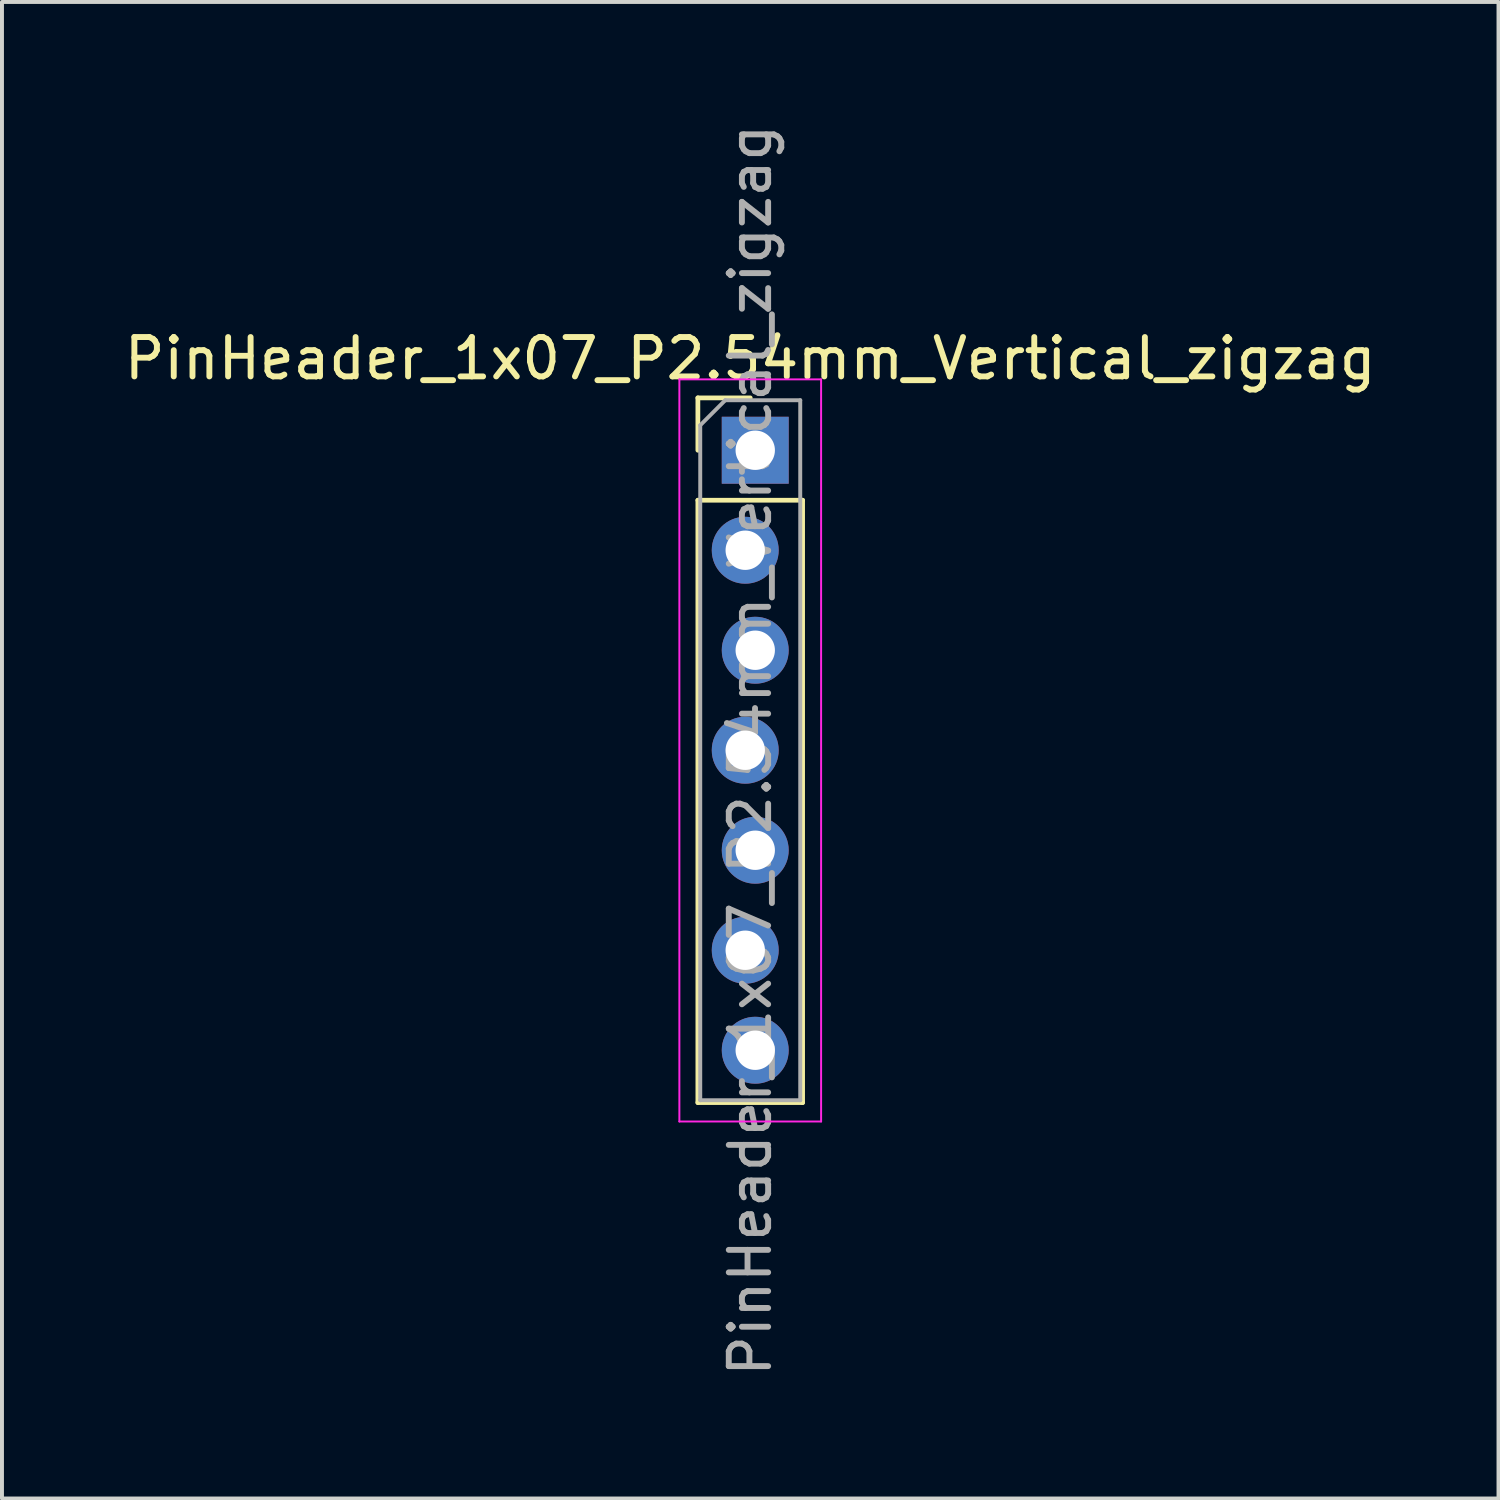
<source format=kicad_pcb>
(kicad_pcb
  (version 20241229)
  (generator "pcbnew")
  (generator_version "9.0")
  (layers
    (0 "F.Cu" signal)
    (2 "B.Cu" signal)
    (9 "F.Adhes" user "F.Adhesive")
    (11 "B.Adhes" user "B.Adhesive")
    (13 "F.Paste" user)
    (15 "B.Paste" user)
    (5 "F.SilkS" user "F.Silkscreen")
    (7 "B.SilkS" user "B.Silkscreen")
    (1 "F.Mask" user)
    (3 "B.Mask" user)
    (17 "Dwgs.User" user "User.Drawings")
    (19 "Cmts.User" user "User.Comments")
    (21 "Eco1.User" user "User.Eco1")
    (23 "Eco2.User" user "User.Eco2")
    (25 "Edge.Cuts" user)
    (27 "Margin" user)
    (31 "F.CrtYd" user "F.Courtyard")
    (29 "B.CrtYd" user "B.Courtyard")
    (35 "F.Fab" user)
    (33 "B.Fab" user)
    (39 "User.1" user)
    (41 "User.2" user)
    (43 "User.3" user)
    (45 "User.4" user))
  (footprint "PinHeader_1x07_P2.54mm_Vertical_zigzag"
    (layer "F.Cu")
    (at 16.006 8.386)
    (property "Reference" "PinHeader_1x07_P2.54mm_Vertical_zigzag" (at 0 -2.33 0) (layer "F.SilkS") (effects (font (size 1 1) (thickness 0.15))))
    (attr through_hole)
    (fp_line (start -1.33 -1.33) (end 0 -1.33) (stroke (width 0.12) (type solid)) (layer "F.SilkS"))
    (fp_line (start -1.33 0) (end -1.33 -1.33) (stroke (width 0.12) (type solid)) (layer "F.SilkS"))
    (fp_line (start -1.33 1.27) (end -1.33 16.57) (stroke (width 0.12) (type solid)) (layer "F.SilkS"))
    (fp_line (start -1.33 1.27) (end 1.33 1.27) (stroke (width 0.12) (type solid)) (layer "F.SilkS"))
    (fp_line (start -1.33 16.57) (end 1.33 16.57) (stroke (width 0.12) (type solid)) (layer "F.SilkS"))
    (fp_line (start 1.33 1.27) (end 1.33 16.57) (stroke (width 0.12) (type solid)) (layer "F.SilkS"))
    (fp_line (start -1.8 -1.8) (end -1.8 17.05) (stroke (width 0.05) (type solid)) (layer "F.CrtYd"))
    (fp_line (start -1.8 17.05) (end 1.8 17.05) (stroke (width 0.05) (type solid)) (layer "F.CrtYd"))
    (fp_line (start 1.8 -1.8) (end -1.8 -1.8) (stroke (width 0.05) (type solid)) (layer "F.CrtYd"))
    (fp_line (start 1.8 17.05) (end 1.8 -1.8) (stroke (width 0.05) (type solid)) (layer "F.CrtYd"))
    (fp_line (start -1.27 -0.635) (end -0.635 -1.27) (stroke (width 0.1) (type solid)) (layer "F.Fab"))
    (fp_line (start -1.27 16.51) (end -1.27 -0.635) (stroke (width 0.1) (type solid)) (layer "F.Fab"))
    (fp_line (start -0.635 -1.27) (end 1.27 -1.27) (stroke (width 0.1) (type solid)) (layer "F.Fab"))
    (fp_line (start 1.27 -1.27) (end 1.27 16.51) (stroke (width 0.1) (type solid)) (layer "F.Fab"))
    (fp_line (start 1.27 16.51) (end -1.27 16.51) (stroke (width 0.1) (type solid)) (layer "F.Fab"))
    (fp_text user "${REFERENCE}" (at 0 7.62 90) (layer "F.Fab") (effects (font (size 1 1) (thickness 0.15))))
    (pad "1" thru_hole rect (at 0.127 0) (size 1.7 1.7) (drill 1) (layers "*.Cu" "*.Mask"))
    (pad "2" thru_hole oval (at -0.127 2.54) (size 1.7 1.7) (drill 1) (layers "*.Cu" "*.Mask"))
    (pad "3" thru_hole oval (at 0.127 5.08) (size 1.7 1.7) (drill 1) (layers "*.Cu" "*.Mask"))
    (pad "4" thru_hole oval (at -0.127 7.62) (size 1.7 1.7) (drill 1) (layers "*.Cu" "*.Mask"))
    (pad "5" thru_hole oval (at 0.127 10.16) (size 1.7 1.7) (drill 1) (layers "*.Cu" "*.Mask"))
    (pad "6" thru_hole oval (at -0.127 12.7) (size 1.7 1.7) (drill 1) (layers "*.Cu" "*.Mask"))
    (pad "7" thru_hole oval (at 0.127 15.24) (size 1.7 1.7) (drill 1) (layers "*.Cu" "*.Mask")))
  (gr_rect
    (start -3 -3)
    (end 35.012 35.012)
    (stroke (width 0.1) (type default))
    (fill no)
    (layer "Edge.Cuts")))
</source>
